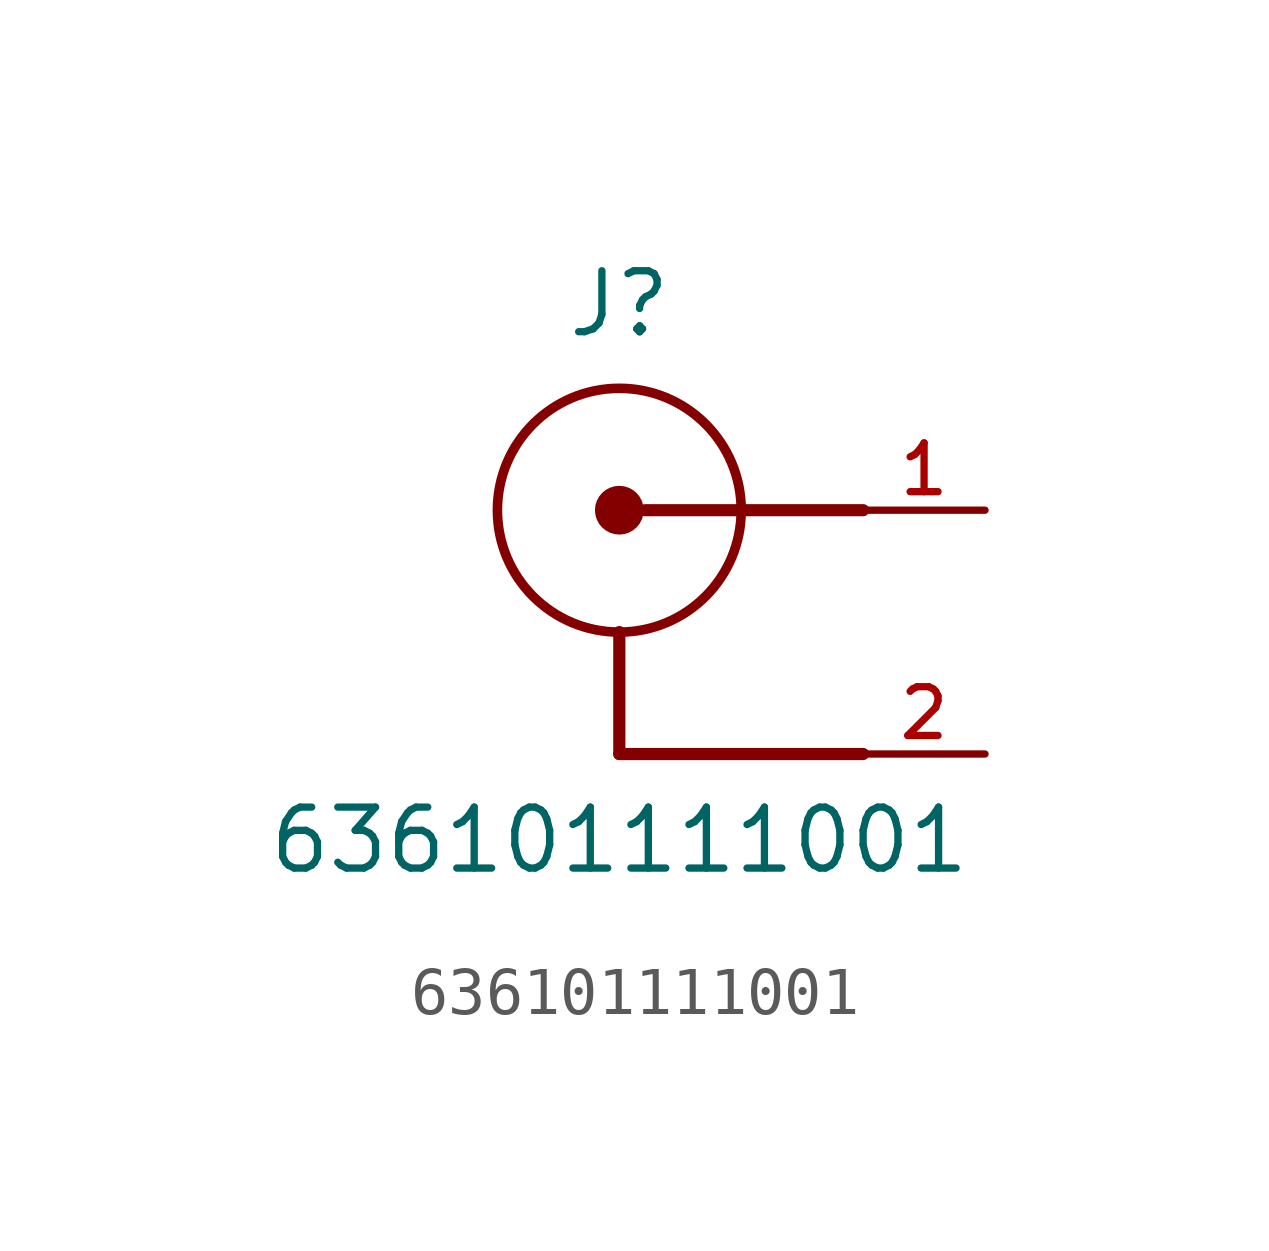
<source format=kicad_sym>
(kicad_symbol_lib
  (version 20211014)
  (generator kicad_symbol_editor)
  (symbol "636101111001"
    (pin_names
      (offset 1.016))
    (property "Reference" "J"
      (at 0.0 3.556 0)
      (effects (font (size 1.27 1.27)) (justify bottom)))
    (property "Value" "636101111001"
      (at 0.0 -7.62 0)
      (effects (font (size 1.27 1.27)) (justify bottom)))
    (symbol "636101111001_0_0"
      (circle (center 0.0 0.0) (radius 2.54) (stroke (width 0.2)) (fill (type none)))
      (circle (center 0.0 0.0) (radius 0.254) (stroke (width 0.508)) (fill (type none)))
      (polyline (pts (xy 0.0 -2.54) (xy 0.0 -5.08)) (stroke (width 0.254)))
      (polyline (pts (xy 0.0 -5.08) (xy 5.08 -5.08)) (stroke (width 0.254)))
      (polyline (pts (xy 5.08 0.0) (xy 0.54 0.0)) (stroke (width 0.254)))
      (pin passive line (at 7.62 0.0 180.0) (length 2.54) (name "~" (effects (font (size 1.016 1.016)))) (number "1" (effects (font (size 1.016 1.016)))))
      (pin passive line (at 7.62 -5.08 180.0) (length 2.54) (name "~" (effects (font (size 1.016 1.016)))) (number "2" (effects (font (size 1.016 1.016)))))
      (pin passive line (at 7.62 -5.08 180.0) (length 2.54) hide (name "~" (effects (font (size 1.016 1.016)))) (number "3" (effects (font (size 1.016 1.016))))))))
</source>
